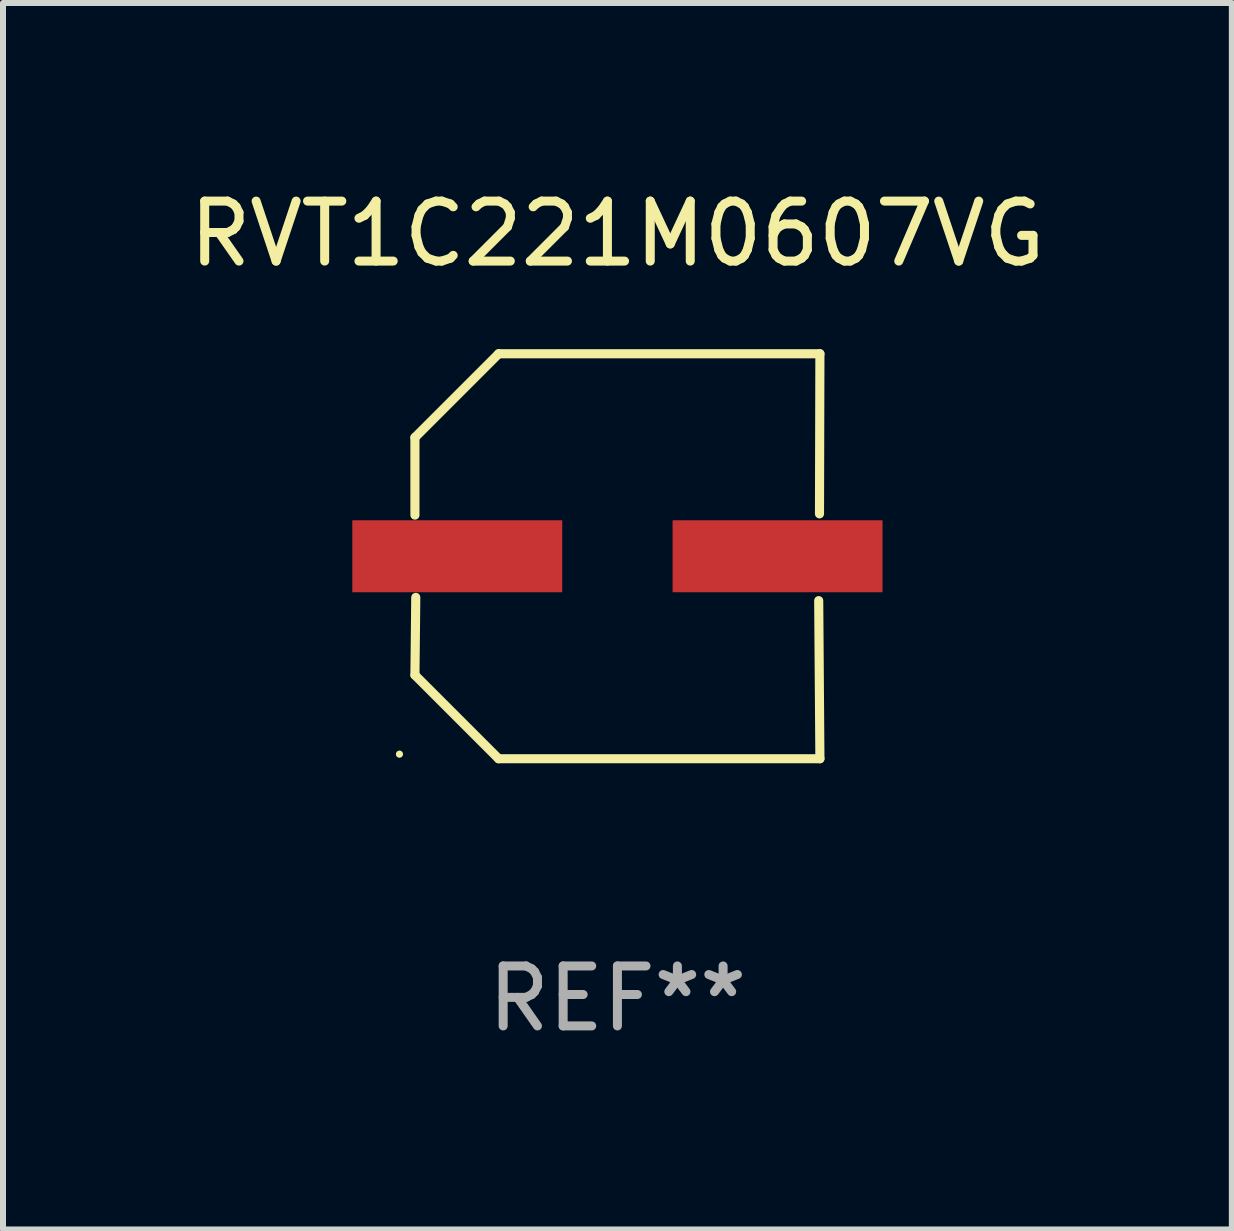
<source format=kicad_pcb>
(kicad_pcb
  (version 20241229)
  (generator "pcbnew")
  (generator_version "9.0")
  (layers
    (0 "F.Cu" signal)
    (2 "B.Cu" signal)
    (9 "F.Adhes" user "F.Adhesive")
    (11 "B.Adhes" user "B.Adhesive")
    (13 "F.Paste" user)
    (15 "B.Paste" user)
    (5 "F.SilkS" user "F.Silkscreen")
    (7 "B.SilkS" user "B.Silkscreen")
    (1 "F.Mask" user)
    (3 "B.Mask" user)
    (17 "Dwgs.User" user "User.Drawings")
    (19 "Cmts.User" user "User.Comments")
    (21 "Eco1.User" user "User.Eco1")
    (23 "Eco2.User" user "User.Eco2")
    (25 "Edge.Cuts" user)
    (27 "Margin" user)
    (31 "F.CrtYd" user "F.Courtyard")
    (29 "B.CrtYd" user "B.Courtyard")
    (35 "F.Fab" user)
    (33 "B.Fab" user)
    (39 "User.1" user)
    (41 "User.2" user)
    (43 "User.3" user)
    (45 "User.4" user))
  (footprint "RVT1C221M0607VG"
    (layer "F.Cu")
    (at 7.244 6.224)
    (property "Reference" "RVT1C221M0607VG" (at 0 -5.376 0) (layer "F.SilkS") (effects (font (size 1 1) (thickness 0.15))))
    (attr through_hole)
    (fp_line (start -3.376 -1.98) (end -3.376 -0.686) (stroke (width 0.152) (type solid)) (layer "F.SilkS"))
    (fp_line (start -3.376 1.981) (end -3.362 0.686) (stroke (width 0.152) (type solid)) (layer "F.SilkS"))
    (fp_line (start -1.981 3.376) (end -3.376 1.981) (stroke (width 0.152) (type solid)) (layer "F.SilkS"))
    (fp_line (start -1.98 -3.376) (end -3.376 -1.98) (stroke (width 0.152) (type solid)) (layer "F.SilkS"))
    (fp_line (start 3.356 0.74) (end 3.376 3.376) (stroke (width 0.152) (type solid)) (layer "F.SilkS"))
    (fp_line (start 3.369 -0.707) (end 3.376 -3.376) (stroke (width 0.152) (type solid)) (layer "F.SilkS"))
    (fp_line (start 3.376 3.376) (end -1.981 3.376) (stroke (width 0.152) (type solid)) (layer "F.SilkS"))
    (fp_line (start 3.376 -3.376) (end -1.98 -3.376) (stroke (width 0.152) (type solid)) (layer "F.SilkS"))
    (fp_circle (center -3.634 3.3) (end -3.604 3.3) (stroke (width 0.06) (type solid)) (fill no) (layer "F.SilkS"))
    (fp_text user "REF**" (at 0 7.376 0) (layer "F.Fab") (effects (font (size 1 1) (thickness 0.15))))
    (pad "1" smd rect (at -2.67 0.000254) (size 3.5 1.2) (layers "F.Cu" "F.Mask" "F.Paste"))
    (pad "2" smd rect (at 2.67 0.000254) (size 3.5 1.2) (layers "F.Cu" "F.Mask" "F.Paste")))
  (gr_rect
    (start -3 -3)
    (end 17.488 17.448)
    (stroke (width 0.1) (type default))
    (fill no)
    (layer "Edge.Cuts")))
</source>
